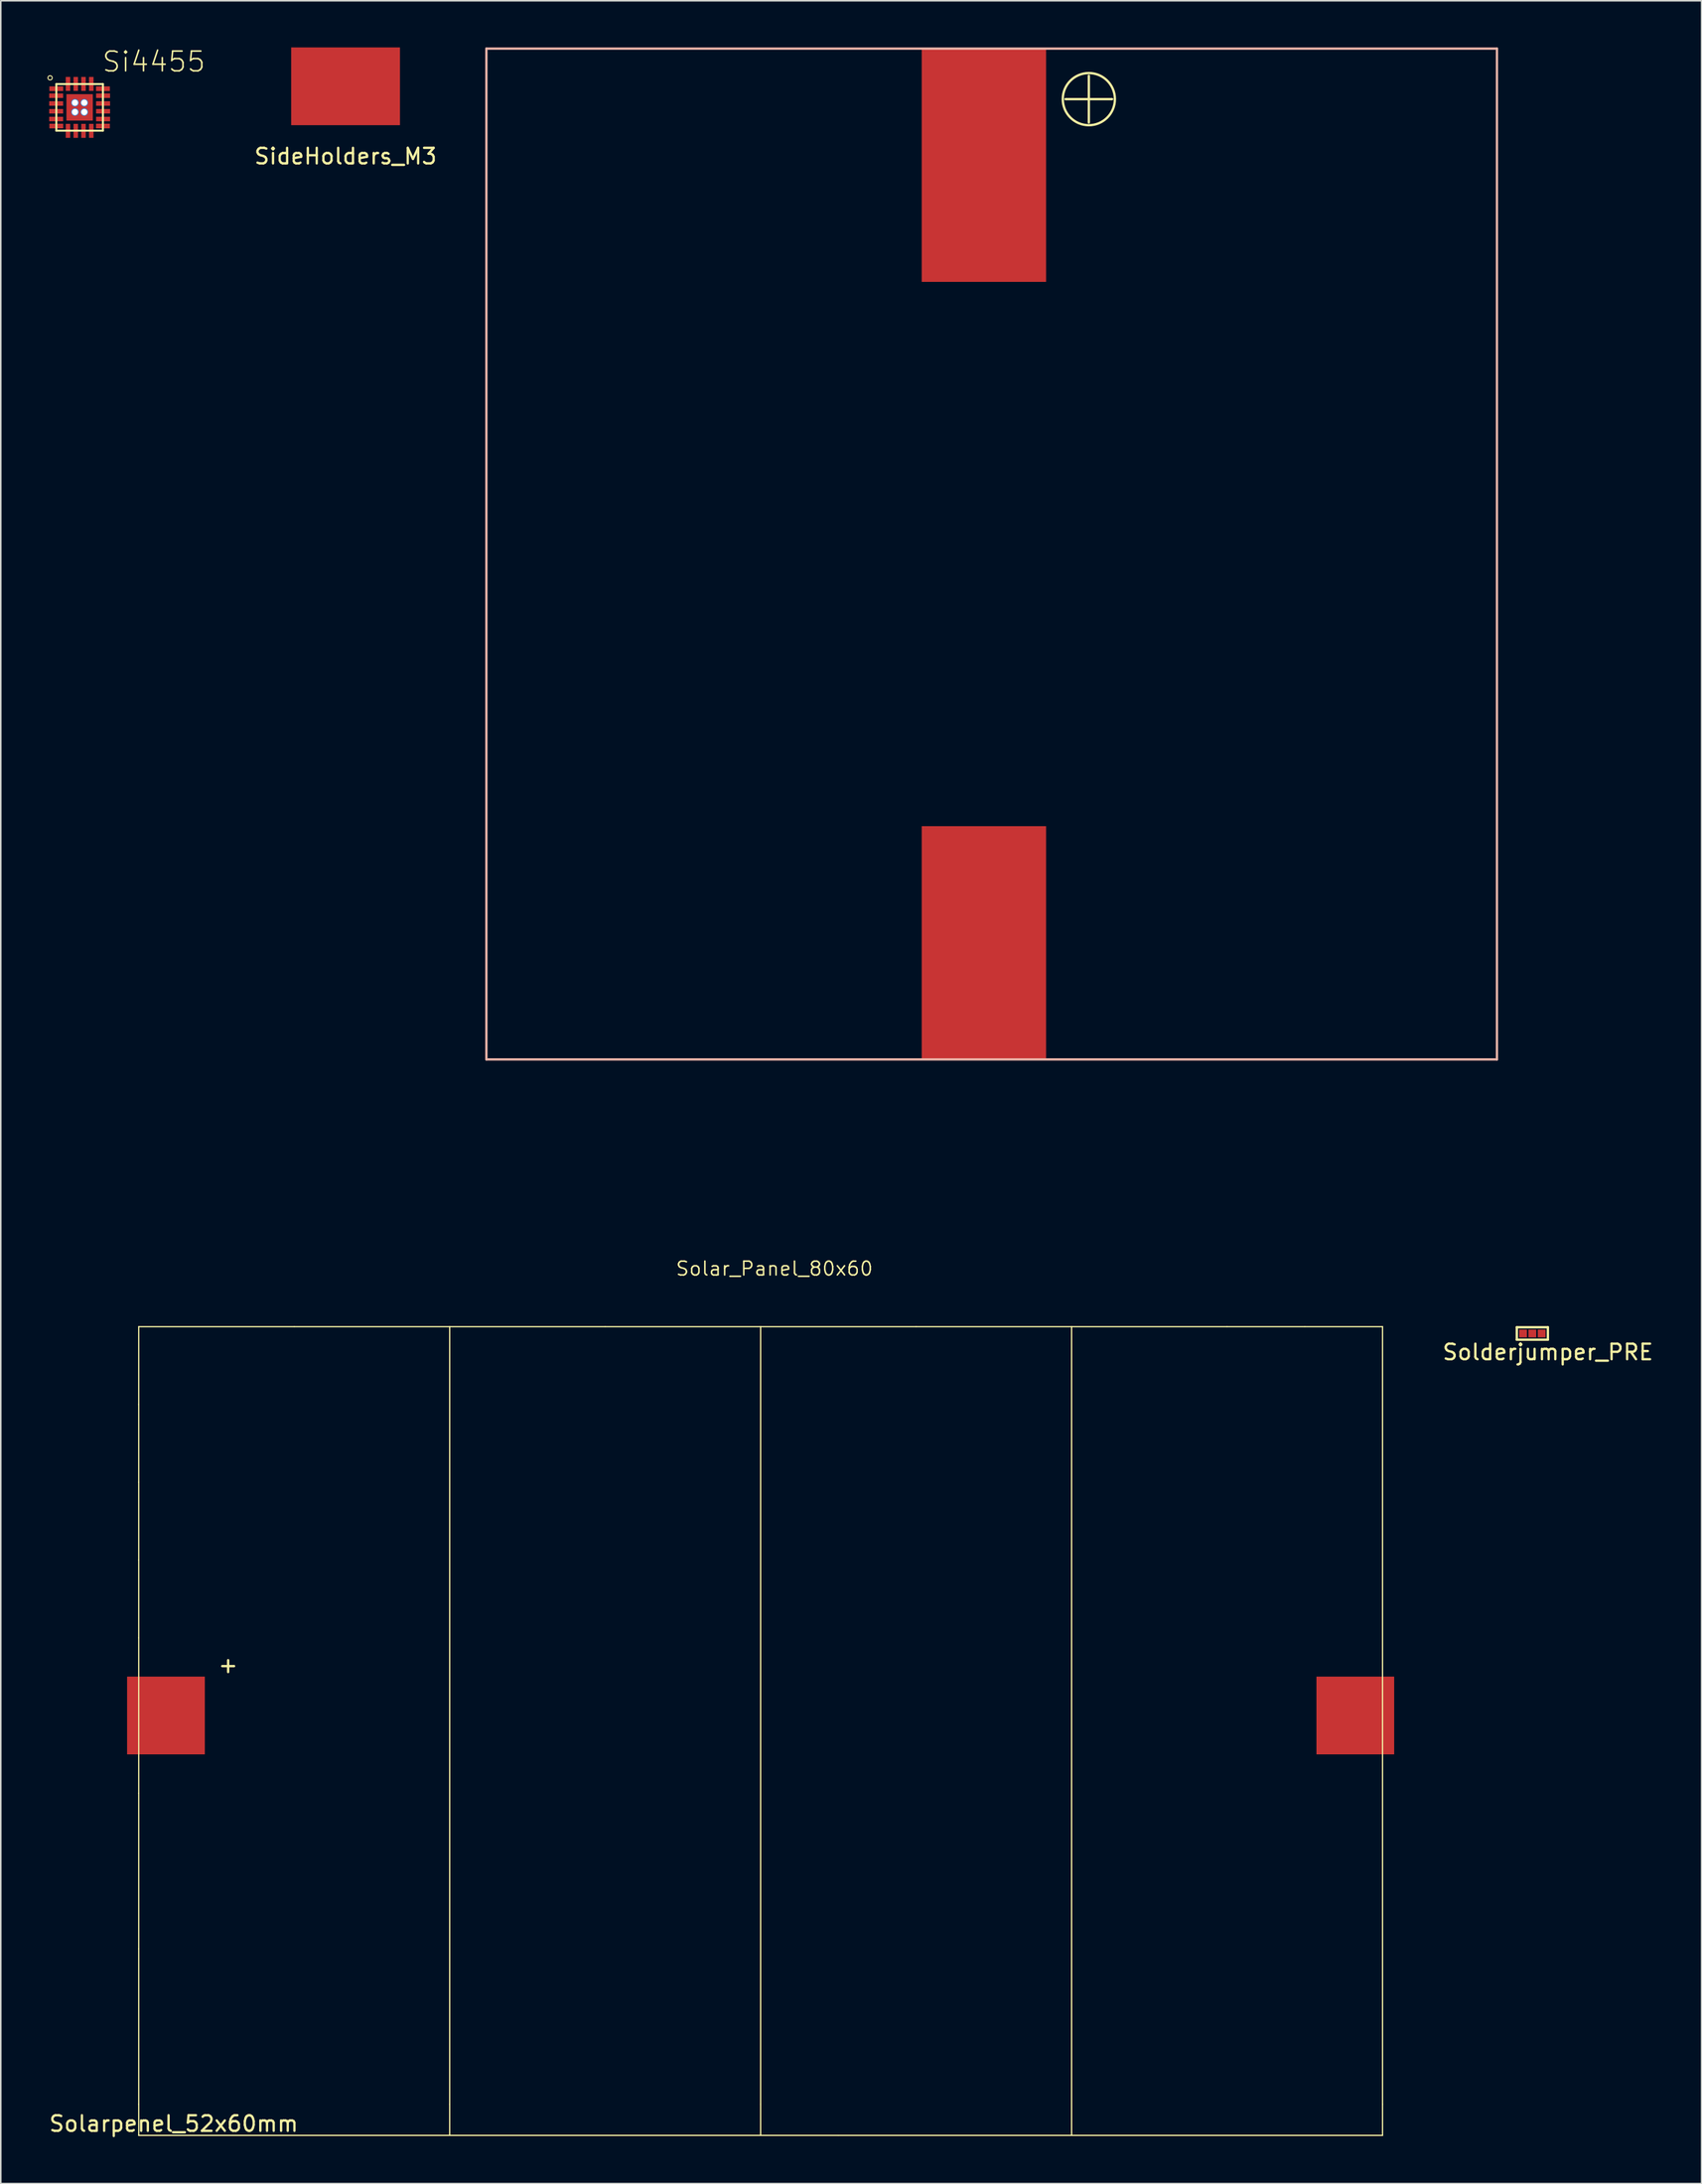
<source format=kicad_pcb>
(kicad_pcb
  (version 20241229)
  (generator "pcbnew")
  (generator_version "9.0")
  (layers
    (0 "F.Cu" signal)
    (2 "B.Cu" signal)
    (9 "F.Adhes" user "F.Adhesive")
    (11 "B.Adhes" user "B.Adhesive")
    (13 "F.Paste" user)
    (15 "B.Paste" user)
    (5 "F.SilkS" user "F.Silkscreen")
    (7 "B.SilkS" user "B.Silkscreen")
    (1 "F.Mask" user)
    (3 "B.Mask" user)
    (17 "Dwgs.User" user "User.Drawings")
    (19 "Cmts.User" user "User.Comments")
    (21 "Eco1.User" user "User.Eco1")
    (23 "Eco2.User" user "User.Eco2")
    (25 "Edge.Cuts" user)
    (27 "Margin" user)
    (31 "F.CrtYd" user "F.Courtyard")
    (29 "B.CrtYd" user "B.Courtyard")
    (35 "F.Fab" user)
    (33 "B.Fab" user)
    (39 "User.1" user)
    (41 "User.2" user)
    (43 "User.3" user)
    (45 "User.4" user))
  (footprint "Si4455"
    (layer "F.Cu")
    (at 2.072 3.855)
    (property "Reference" "Si4455" (at 4.773 -2.934 0) (layer "F.SilkS") (effects (font (size 1.27 1.27) (thickness 0.102))))
    (attr smd)
    (fp_line (start -1.499 -1.499) (end 1.499 -1.499) (stroke (width 0.127) (type solid)) (layer "F.SilkS"))
    (fp_line (start -1.499 1.499) (end -1.499 -1.499) (stroke (width 0.127) (type solid)) (layer "F.SilkS"))
    (fp_line (start 1.499 -1.499) (end 1.499 1.499) (stroke (width 0.127) (type solid)) (layer "F.SilkS"))
    (fp_line (start 1.499 1.499) (end -1.499 1.499) (stroke (width 0.127) (type solid)) (layer "F.SilkS"))
    (fp_circle (center -1.9 -1.9) (end -1.999 -1.999) (stroke (width 0.064) (type solid)) (fill no) (layer "F.SilkS"))
    (pad "1" smd rect (at -1.5 -1.2) (size 0.89 0.3) (layers "F.Cu" "F.Mask" "F.Paste"))
    (pad "2" smd rect (at -1.509 -0.749) (size 0.899 0.29) (layers "F.Cu" "F.Mask" "F.Paste"))
    (pad "3" smd rect (at -1.509 -0.249) (size 0.899 0.29) (layers "F.Cu" "F.Mask" "F.Paste"))
    (pad "4" smd rect (at -1.509 0.249) (size 0.899 0.29) (layers "F.Cu" "F.Mask" "F.Paste"))
    (pad "5" smd rect (at -1.509 0.749) (size 0.899 0.29) (layers "F.Cu" "F.Mask" "F.Paste"))
    (pad "6" smd rect (at -1.5 1.2) (size 0.89 0.3) (layers "F.Cu" "F.Mask" "F.Paste"))
    (pad "7" smd rect (at -0.749 1.509 90) (size 0.899 0.29) (layers "F.Cu" "F.Mask" "F.Paste"))
    (pad "8" smd rect (at -0.249 1.509 90) (size 0.899 0.29) (layers "F.Cu" "F.Mask" "F.Paste"))
    (pad "9" smd rect (at 0.249 1.509 90) (size 0.899 0.29) (layers "F.Cu" "F.Mask" "F.Paste"))
    (pad "10" smd rect (at 0.749 1.509 90) (size 0.899 0.29) (layers "F.Cu" "F.Mask" "F.Paste"))
    (pad "11" smd rect (at 1.5 1.2) (size 0.89 0.3) (layers "F.Cu" "F.Mask" "F.Paste"))
    (pad "12" smd rect (at 1.509 0.749 180) (size 0.899 0.29) (layers "F.Cu" "F.Mask" "F.Paste"))
    (pad "13" smd rect (at 1.509 0.249 180) (size 0.899 0.29) (layers "F.Cu" "F.Mask" "F.Paste"))
    (pad "14" smd rect (at 1.509 -0.249 180) (size 0.899 0.29) (layers "F.Cu" "F.Mask" "F.Paste"))
    (pad "15" smd rect (at 1.509 -0.749 180) (size 0.899 0.29) (layers "F.Cu" "F.Mask" "F.Paste"))
    (pad "16" smd rect (at 1.5 -1.2) (size 0.89 0.3) (layers "F.Cu" "F.Mask" "F.Paste"))
    (pad "17" smd rect (at 0.749 -1.509 270) (size 0.899 0.29) (layers "F.Cu" "F.Mask" "F.Paste"))
    (pad "18" smd rect (at 0.249 -1.509 270) (size 0.899 0.29) (layers "F.Cu" "F.Mask" "F.Paste"))
    (pad "19" smd rect (at -0.249 -1.509 270) (size 0.899 0.29) (layers "F.Cu" "F.Mask" "F.Paste"))
    (pad "20" smd rect (at -0.749 -1.509 270) (size 0.899 0.29) (layers "F.Cu" "F.Mask" "F.Paste"))
    (pad "EP" thru_hole circle (at -0.3 -0.3) (size 0.5 0.5) (drill 0.4) (layers "*.Cu" "*.Mask"))
    (pad "EP" thru_hole circle (at -0.3 0.3) (size 0.5 0.5) (drill 0.4) (layers "*.Cu" "*.Mask"))
    (pad "EP" smd rect (at 0 0) (size 1.699 1.699) (layers "F.Cu" "F.Mask" "F.Paste"))
    (pad "EP" thru_hole circle (at 0.3 -0.3) (size 0.5 0.5) (drill 0.4) (layers "*.Cu" "*.Mask"))
    (pad "EP" thru_hole circle (at 0.3 0.3) (size 0.5 0.5) (drill 0.4) (layers "*.Cu" "*.Mask")))
  (footprint "Solderjumper_PRE"
    (layer "F.Cu")
    (at 94.912 82.696)
    (property "Reference" "Solderjumper_PRE" (at 1.6 1.2 0) (layer "F.SilkS") (effects (font (size 1 1) (thickness 0.15))))
    (attr through_hole)
    (fp_line (start -0.4 -0.4) (end 1.6 -0.4) (stroke (width 0.15) (type solid)) (layer "F.SilkS"))
    (fp_line (start -0.4 0.4) (end -0.4 -0.4) (stroke (width 0.15) (type solid)) (layer "F.SilkS"))
    (fp_line (start 1.6 -0.4) (end 1.6 0.4) (stroke (width 0.15) (type solid)) (layer "F.SilkS"))
    (fp_line (start 1.6 0.4) (end -0.4 0.4) (stroke (width 0.15) (type solid)) (layer "F.SilkS"))
    (pad "1" smd rect (at 0 0) (size 0.5 0.5) (layers "F.Cu" "F.Mask" "F.Paste"))
    (pad "2" smd rect (at 0.6 0) (size 0.5 0.5) (layers "F.Cu" "F.Mask" "F.Paste"))
    (pad "3" smd rect (at 1.2 0) (size 0.5 0.5) (layers "F.Cu" "F.Mask" "F.Paste")))
  (footprint "Solar_Panel_80x60"
    (layer "F.Cu")
    (at 60.235 34.075)
    (property "Reference" "Solar_Panel_80x60" (at -13.475 44.45 0) (layer "F.SilkS") (effects (font (size 0.89 0.89) (thickness 0.1))))
    (attr through_hole)
    (fp_line (start 5.25 -30.75) (end 8.25 -30.75) (stroke (width 0.15) (type solid)) (layer "F.SilkS"))
    (fp_line (start 6.75 -32.25) (end 6.75 -29.25) (stroke (width 0.15) (type solid)) (layer "F.SilkS"))
    (fp_circle (center 6.75 -30.75) (end 7.5 -29.25) (stroke (width 0.15) (type solid)) (fill no) (layer "F.SilkS"))
    (fp_line (start -32 -34) (end 33 -34) (stroke (width 0.15) (type solid)) (layer "B.SilkS"))
    (fp_line (start -32 31) (end -32 -34) (stroke (width 0.15) (type solid)) (layer "B.SilkS"))
    (fp_line (start 33 -34) (end 33 31) (stroke (width 0.15) (type solid)) (layer "B.SilkS"))
    (fp_line (start 33 31) (end -32 31) (stroke (width 0.15) (type solid)) (layer "B.SilkS"))
    (pad "+" smd rect (at 0 -26.5) (size 8 15) (layers "F.Cu" "F.Mask" "F.Paste"))
    (pad "-" smd rect (at 0 23.5) (size 8 15) (layers "F.Cu" "F.Mask" "F.Paste")))
  (footprint "Solarpenel_52x60mm"
    (layer "F.Cu")
    (at 30.875 87.261)
    (property "Reference" "Solarpenel_52x60mm" (at -22.75 46.25 0) (layer "F.SilkS") (effects (font (size 1 1) (thickness 0.15))))
    (attr through_hole)
    (fp_line (start -25 -5) (end -25 0) (stroke (width 0.08) (type solid)) (layer "F.SilkS"))
    (fp_line (start -25 -5) (end -15 -5) (stroke (width 0.08) (type solid)) (layer "F.SilkS"))
    (fp_line (start -25 0) (end -25 5) (stroke (width 0.08) (type solid)) (layer "F.SilkS"))
    (fp_line (start -25 5) (end -25 10) (stroke (width 0.08) (type solid)) (layer "F.SilkS"))
    (fp_line (start -25 10) (end -25 15) (stroke (width 0.08) (type solid)) (layer "F.SilkS"))
    (fp_line (start -25 15) (end -25 25) (stroke (width 0.08) (type solid)) (layer "F.SilkS"))
    (fp_line (start -25 25) (end -25 35) (stroke (width 0.08) (type solid)) (layer "F.SilkS"))
    (fp_line (start -25 35) (end -25 45) (stroke (width 0.08) (type solid)) (layer "F.SilkS"))
    (fp_line (start -25 45) (end -25 47) (stroke (width 0.08) (type solid)) (layer "F.SilkS"))
    (fp_line (start -25 47) (end 20 47) (stroke (width 0.08) (type solid)) (layer "F.SilkS"))
    (fp_line (start -15 -5) (end -5 -5) (stroke (width 0.08) (type solid)) (layer "F.SilkS"))
    (fp_line (start -5 -5) (end -5 45) (stroke (width 0.08) (type solid)) (layer "F.SilkS"))
    (fp_line (start -5 -5) (end 5 -5) (stroke (width 0.08) (type solid)) (layer "F.SilkS"))
    (fp_line (start -5 45) (end -5 47) (stroke (width 0.08) (type solid)) (layer "F.SilkS"))
    (fp_line (start 5 -5) (end 15 -5) (stroke (width 0.08) (type solid)) (layer "F.SilkS"))
    (fp_line (start 15 -5) (end 15 45) (stroke (width 0.08) (type solid)) (layer "F.SilkS"))
    (fp_line (start 15 -5) (end 25 -5) (stroke (width 0.08) (type solid)) (layer "F.SilkS"))
    (fp_line (start 15 45) (end 15 47) (stroke (width 0.08) (type solid)) (layer "F.SilkS"))
    (fp_line (start 25 -5) (end 35 -5) (stroke (width 0.08) (type solid)) (layer "F.SilkS"))
    (fp_line (start 35 -5) (end 35 47) (stroke (width 0.08) (type solid)) (layer "F.SilkS"))
    (fp_line (start 35 -5) (end 45 -5) (stroke (width 0.08) (type solid)) (layer "F.SilkS"))
    (fp_line (start 35 47) (end 20 47) (stroke (width 0.08) (type solid)) (layer "F.SilkS"))
    (fp_line (start 35 47) (end 55 47) (stroke (width 0.08) (type solid)) (layer "F.SilkS"))
    (fp_line (start 45 -5) (end 50 -5) (stroke (width 0.08) (type solid)) (layer "F.SilkS"))
    (fp_line (start 50 -5) (end 55 -5) (stroke (width 0.08) (type solid)) (layer "F.SilkS"))
    (fp_line (start 55 -5) (end 55 45) (stroke (width 0.08) (type solid)) (layer "F.SilkS"))
    (fp_line (start 55 47) (end 55 45) (stroke (width 0.08) (type solid)) (layer "F.SilkS"))
    (fp_text user "+" (at -19.25 16.75 0) (layer "F.SilkS") (effects (font (size 1 1) (thickness 0.15))))
    (pad "+" smd rect (at -23.25 20) (size 5 5) (layers "F.Cu" "F.Mask"))
    (pad "-" smd rect (at 53.25 20) (size 5 5) (layers "F.Cu" "F.Mask")))
  (footprint "SideHolders_M3"
    (layer "F.Cu")
    (at 19.178 2.5)
    (property "Reference" "SideHolders_M3" (at 0 4.5 0) (layer "F.SilkS") (effects (font (size 1 1) (thickness 0.15))))
    (attr through_hole)
    (pad "1" smd rect (at 0 0) (size 7 5) (layers "F.Cu" "F.Mask" "F.Paste")))
  (gr_rect
    (start -3 -3)
    (end 106.399 137.359)
    (stroke (width 0.1) (type default))
    (fill no)
    (layer "Edge.Cuts")))
</source>
